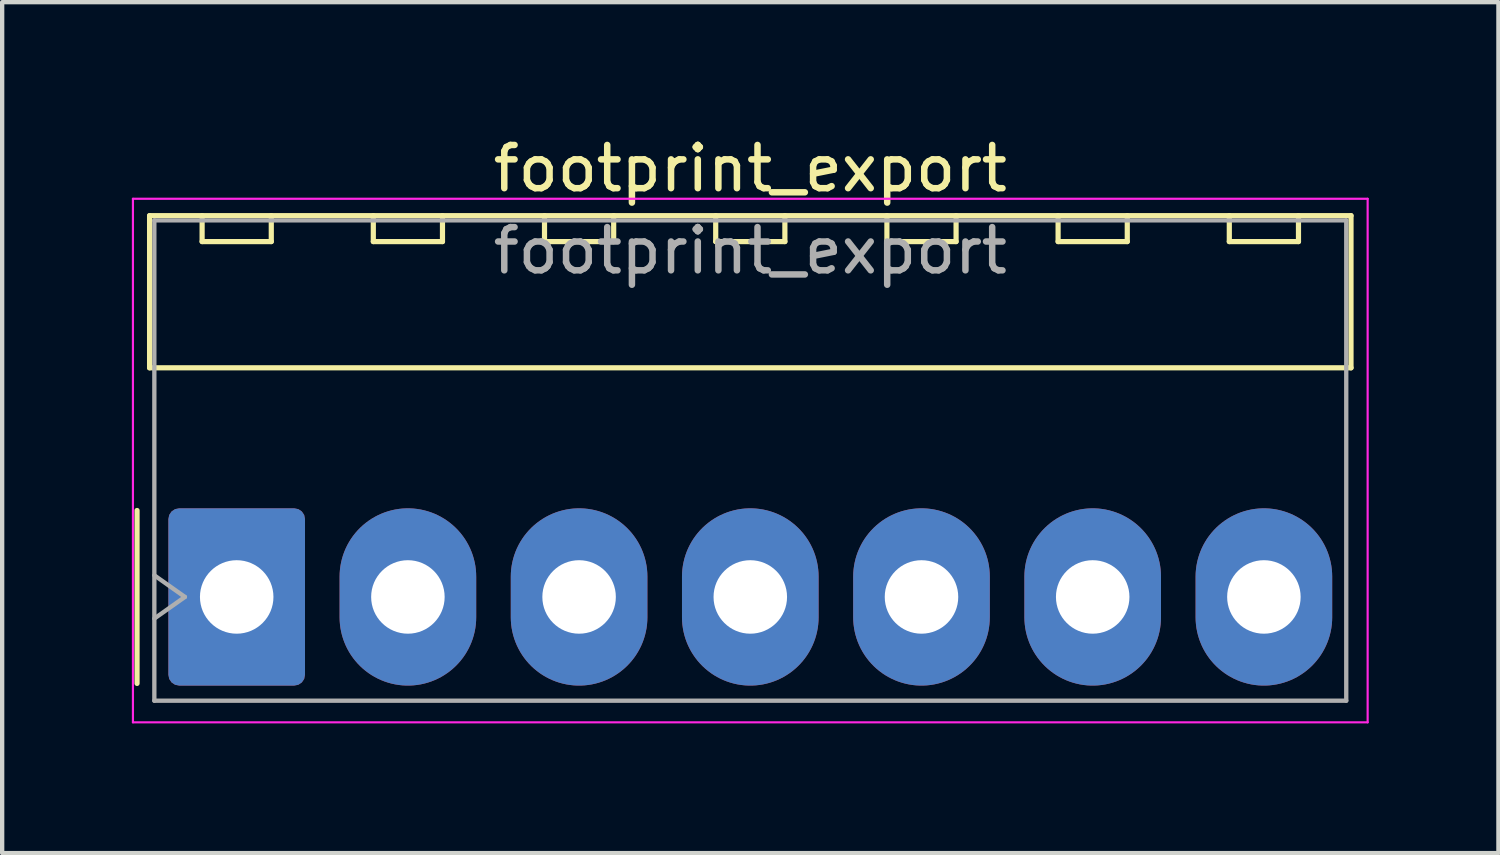
<source format=kicad_pcb>
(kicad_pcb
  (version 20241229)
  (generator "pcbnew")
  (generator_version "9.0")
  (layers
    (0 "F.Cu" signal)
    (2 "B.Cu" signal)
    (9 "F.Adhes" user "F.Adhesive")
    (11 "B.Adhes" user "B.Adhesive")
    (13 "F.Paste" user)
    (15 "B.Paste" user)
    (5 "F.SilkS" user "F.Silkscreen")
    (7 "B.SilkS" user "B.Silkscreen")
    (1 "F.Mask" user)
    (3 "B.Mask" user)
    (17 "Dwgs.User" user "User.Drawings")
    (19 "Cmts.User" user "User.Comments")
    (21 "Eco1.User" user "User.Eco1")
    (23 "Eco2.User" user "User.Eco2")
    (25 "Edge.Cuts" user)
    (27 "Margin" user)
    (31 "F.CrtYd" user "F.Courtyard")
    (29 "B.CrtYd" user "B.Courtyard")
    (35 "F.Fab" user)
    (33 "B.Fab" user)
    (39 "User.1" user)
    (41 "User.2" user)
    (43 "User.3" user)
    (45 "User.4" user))
  (footprint "footprint_export"
    (layer "F.Cu")
    (at 2.425 10.758)
    (property "Reference" "footprint_export" (at 11.88 -9.91 0) (layer "F.SilkS") (effects (font (size 1 1) (thickness 0.15))))
    (attr through_hole)
    (fp_line (start -2.305 -2) (end -2.305 2) (stroke (width 0.12) (type solid)) (layer "F.SilkS"))
    (fp_line (start -2.015 -8.82) (end 25.775 -8.82) (stroke (width 0.12) (type solid)) (layer "F.SilkS"))
    (fp_line (start -2.015 -5.3) (end -2.015 -8.82) (stroke (width 0.12) (type solid)) (layer "F.SilkS"))
    (fp_line (start -0.8 -8.82) (end -0.8 -8.22) (stroke (width 0.12) (type solid)) (layer "F.SilkS"))
    (fp_line (start -0.8 -8.22) (end 0.8 -8.22) (stroke (width 0.12) (type solid)) (layer "F.SilkS"))
    (fp_line (start 0.8 -8.22) (end 0.8 -8.82) (stroke (width 0.12) (type solid)) (layer "F.SilkS"))
    (fp_line (start 3.16 -8.82) (end 3.16 -8.22) (stroke (width 0.12) (type solid)) (layer "F.SilkS"))
    (fp_line (start 3.16 -8.22) (end 4.76 -8.22) (stroke (width 0.12) (type solid)) (layer "F.SilkS"))
    (fp_line (start 4.76 -8.22) (end 4.76 -8.82) (stroke (width 0.12) (type solid)) (layer "F.SilkS"))
    (fp_line (start 7.12 -8.82) (end 7.12 -8.22) (stroke (width 0.12) (type solid)) (layer "F.SilkS"))
    (fp_line (start 7.12 -8.22) (end 8.72 -8.22) (stroke (width 0.12) (type solid)) (layer "F.SilkS"))
    (fp_line (start 8.72 -8.22) (end 8.72 -8.82) (stroke (width 0.12) (type solid)) (layer "F.SilkS"))
    (fp_line (start 11.08 -8.82) (end 11.08 -8.22) (stroke (width 0.12) (type solid)) (layer "F.SilkS"))
    (fp_line (start 11.08 -8.22) (end 12.68 -8.22) (stroke (width 0.12) (type solid)) (layer "F.SilkS"))
    (fp_line (start 12.68 -8.22) (end 12.68 -8.82) (stroke (width 0.12) (type solid)) (layer "F.SilkS"))
    (fp_line (start 15.04 -8.82) (end 15.04 -8.22) (stroke (width 0.12) (type solid)) (layer "F.SilkS"))
    (fp_line (start 15.04 -8.22) (end 16.64 -8.22) (stroke (width 0.12) (type solid)) (layer "F.SilkS"))
    (fp_line (start 16.64 -8.22) (end 16.64 -8.82) (stroke (width 0.12) (type solid)) (layer "F.SilkS"))
    (fp_line (start 19 -8.82) (end 19 -8.22) (stroke (width 0.12) (type solid)) (layer "F.SilkS"))
    (fp_line (start 19 -8.22) (end 20.6 -8.22) (stroke (width 0.12) (type solid)) (layer "F.SilkS"))
    (fp_line (start 20.6 -8.22) (end 20.6 -8.82) (stroke (width 0.12) (type solid)) (layer "F.SilkS"))
    (fp_line (start 22.96 -8.82) (end 22.96 -8.22) (stroke (width 0.12) (type solid)) (layer "F.SilkS"))
    (fp_line (start 22.96 -8.22) (end 24.56 -8.22) (stroke (width 0.12) (type solid)) (layer "F.SilkS"))
    (fp_line (start 24.56 -8.22) (end 24.56 -8.82) (stroke (width 0.12) (type solid)) (layer "F.SilkS"))
    (fp_line (start 25.775 -8.82) (end 25.775 -5.3) (stroke (width 0.12) (type solid)) (layer "F.SilkS"))
    (fp_line (start 25.775 -5.3) (end -2.015 -5.3) (stroke (width 0.12) (type solid)) (layer "F.SilkS"))
    (fp_line (start -2.4 -9.21) (end -2.4 2.9) (stroke (width 0.05) (type solid)) (layer "F.CrtYd"))
    (fp_line (start -2.4 2.9) (end 26.16 2.9) (stroke (width 0.05) (type solid)) (layer "F.CrtYd"))
    (fp_line (start 26.16 -9.21) (end -2.4 -9.21) (stroke (width 0.05) (type solid)) (layer "F.CrtYd"))
    (fp_line (start 26.16 2.9) (end 26.16 -9.21) (stroke (width 0.05) (type solid)) (layer "F.CrtYd"))
    (fp_line (start -1.905 -8.71) (end 25.665 -8.71) (stroke (width 0.1) (type solid)) (layer "F.Fab"))
    (fp_line (start -1.905 -0.5) (end -1.198 0) (stroke (width 0.1) (type solid)) (layer "F.Fab"))
    (fp_line (start -1.905 2.4) (end -1.905 -8.71) (stroke (width 0.1) (type solid)) (layer "F.Fab"))
    (fp_line (start -1.198 0) (end -1.905 0.5) (stroke (width 0.1) (type solid)) (layer "F.Fab"))
    (fp_line (start 25.665 -8.71) (end 25.665 2.4) (stroke (width 0.1) (type solid)) (layer "F.Fab"))
    (fp_line (start 25.665 2.4) (end -1.905 2.4) (stroke (width 0.1) (type solid)) (layer "F.Fab"))
    (fp_text user "${REFERENCE}" (at 11.88 -8.01 0) (layer "F.Fab") (effects (font (size 1 1) (thickness 0.15))))
    (pad "1" thru_hole roundrect (at 0 0) (size 3.16 4.1) (drill 1.7) (layers "*.Cu" "*.Mask") (roundrect_rratio 0.079))
    (pad "2" thru_hole oval (at 3.96 0) (size 3.16 4.1) (drill 1.7) (layers "*.Cu" "*.Mask"))
    (pad "3" thru_hole oval (at 7.92 0) (size 3.16 4.1) (drill 1.7) (layers "*.Cu" "*.Mask"))
    (pad "4" thru_hole oval (at 11.88 0) (size 3.16 4.1) (drill 1.7) (layers "*.Cu" "*.Mask"))
    (pad "5" thru_hole oval (at 15.84 0) (size 3.16 4.1) (drill 1.7) (layers "*.Cu" "*.Mask"))
    (pad "6" thru_hole oval (at 19.8 0) (size 3.16 4.1) (drill 1.7) (layers "*.Cu" "*.Mask"))
    (pad "7" thru_hole oval (at 23.76 0) (size 3.16 4.1) (drill 1.7) (layers "*.Cu" "*.Mask")))
  (gr_rect
    (start -3 -3)
    (end 31.61 16.683)
    (stroke (width 0.1) (type default))
    (fill no)
    (layer "Edge.Cuts")))
</source>
